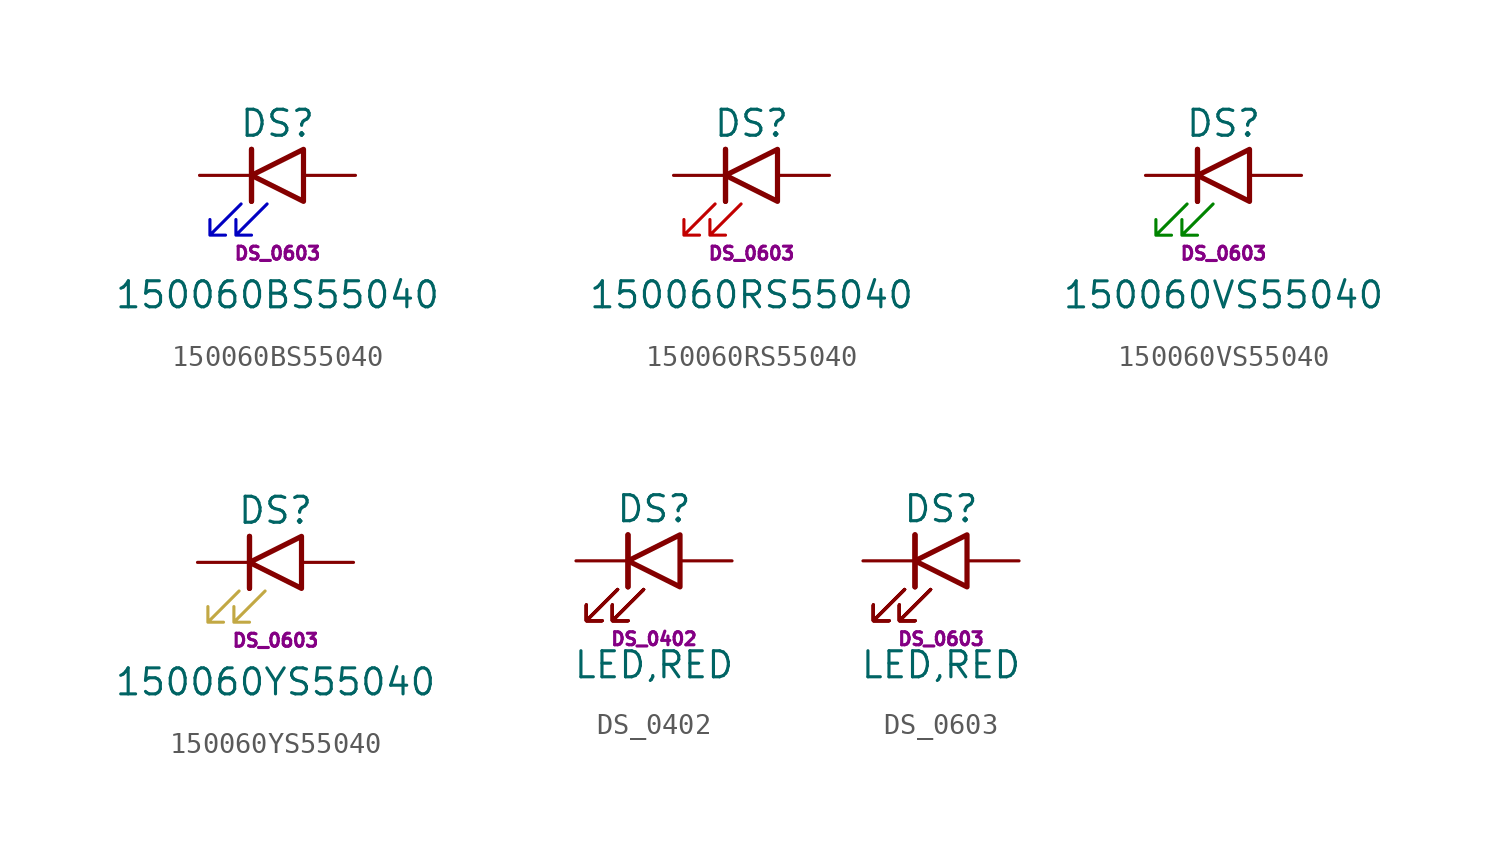
<source format=kicad_sym>
(kicad_symbol_lib
  (version 20231120)
  (generator "kicad_symbol_editor")
  (generator_version "8.0")
  (symbol "150060BS55040"
    (pin_numbers hide)
    (pin_names
      (offset 1.016) hide)
    (property "Reference" "DS"
      (at 0 2.54 0)
      (effects (font (size 1.27 1.27))))
    (property "Value" "150060BS55040"
      (at 0 -5.842 0)
      (effects (font (size 1.27 1.27))))
    (property "Size" "DS_0603"
      (at 0 -3.81 0)
      (effects (font (size 0.635 0.635))))
    (symbol "150060BS55040_1_1"
      (polyline (pts (xy -1.27 -1.27) (xy -1.27 1.27)) (stroke (width 0.254) (type default)) (fill (type none)))
      (polyline (pts (xy -1.27 -1.27) (xy -1.27 1.27)) (stroke (width 0.254) (type default)) (fill (type none)))
      (polyline (pts (xy 1.27 -1.27) (xy 1.27 1.27) (xy -1.27 0) (xy 1.27 -1.27)) (stroke (width 0.254) (type default)) (fill (type none)))
      (polyline (pts (xy -1.778 -1.397) (xy -3.302 -2.921) (xy -2.54 -2.921) (xy -3.302 -2.921) (xy -3.302 -2.159)) (stroke (width 0) (type default) (color 0 0 194 1)) (fill (type none)))
      (polyline (pts (xy -0.508 -1.397) (xy -2.032 -2.921) (xy -1.27 -2.921) (xy -2.032 -2.921) (xy -2.032 -2.159)) (stroke (width 0) (type default) (color 0 0 194 1)) (fill (type none)))
      (pin passive line (at -3.81 0 0) (length 2.54) (name "K" (effects (font (size 1.27 1.27)))) (number "1" (effects (font (size 1.27 1.27)))))
      (pin passive line (at 3.81 0 180) (length 2.54) (name "A" (effects (font (size 1.27 1.27)))) (number "2" (effects (font (size 1.27 1.27)))))))
  (symbol "150060RS55040"
    (pin_numbers hide)
    (pin_names
      (offset 1.016) hide)
    (property "Reference" "DS"
      (at 0 2.54 0)
      (effects (font (size 1.27 1.27))))
    (property "Value" "150060RS55040"
      (at 0 -5.842 0)
      (effects (font (size 1.27 1.27))))
    (property "Size" "DS_0603"
      (at 0 -3.81 0)
      (effects (font (size 0.635 0.635))))
    (symbol "150060RS55040_1_1"
      (polyline (pts (xy -1.27 -1.27) (xy -1.27 1.27)) (stroke (width 0.254) (type default)) (fill (type none)))
      (polyline (pts (xy -1.27 -1.27) (xy -1.27 1.27)) (stroke (width 0.254) (type default)) (fill (type none)))
      (polyline (pts (xy 1.27 -1.27) (xy 1.27 1.27) (xy -1.27 0) (xy 1.27 -1.27)) (stroke (width 0.254) (type default)) (fill (type none)))
      (polyline (pts (xy -1.778 -1.397) (xy -3.302 -2.921) (xy -2.54 -2.921) (xy -3.302 -2.921) (xy -3.302 -2.159)) (stroke (width 0) (type default) (color 194 0 0 1)) (fill (type none)))
      (polyline (pts (xy -0.508 -1.397) (xy -2.032 -2.921) (xy -1.27 -2.921) (xy -2.032 -2.921) (xy -2.032 -2.159)) (stroke (width 0) (type default) (color 194 0 0 1)) (fill (type none)))
      (pin passive line (at -3.81 0 0) (length 2.54) (name "K" (effects (font (size 1.27 1.27)))) (number "1" (effects (font (size 1.27 1.27)))))
      (pin passive line (at 3.81 0 180) (length 2.54) (name "A" (effects (font (size 1.27 1.27)))) (number "2" (effects (font (size 1.27 1.27)))))))
  (symbol "150060VS55040"
    (pin_numbers hide)
    (pin_names
      (offset 1.016) hide)
    (property "Reference" "DS"
      (at 0 2.54 0)
      (effects (font (size 1.27 1.27))))
    (property "Value" "150060VS55040"
      (at 0 -5.842 0)
      (effects (font (size 1.27 1.27))))
    (property "Size" "DS_0603"
      (at 0 -3.81 0)
      (effects (font (size 0.635 0.635))))
    (symbol "150060VS55040_1_1"
      (polyline (pts (xy -1.27 -1.27) (xy -1.27 1.27)) (stroke (width 0.254) (type default)) (fill (type none)))
      (polyline (pts (xy -1.27 -1.27) (xy -1.27 1.27)) (stroke (width 0.254) (type default)) (fill (type none)))
      (polyline (pts (xy 1.27 -1.27) (xy 1.27 1.27) (xy -1.27 0) (xy 1.27 -1.27)) (stroke (width 0.254) (type default)) (fill (type none)))
      (polyline (pts (xy -1.778 -1.397) (xy -3.302 -2.921) (xy -2.54 -2.921) (xy -3.302 -2.921) (xy -3.302 -2.159)) (stroke (width 0) (type default) (color 0 132 0 1)) (fill (type none)))
      (polyline (pts (xy -0.508 -1.397) (xy -2.032 -2.921) (xy -1.27 -2.921) (xy -2.032 -2.921) (xy -2.032 -2.159)) (stroke (width 0) (type default) (color 0 132 0 1)) (fill (type none)))
      (pin passive line (at -3.81 0 0) (length 2.54) (name "K" (effects (font (size 1.27 1.27)))) (number "1" (effects (font (size 1.27 1.27)))))
      (pin passive line (at 3.81 0 180) (length 2.54) (name "A" (effects (font (size 1.27 1.27)))) (number "2" (effects (font (size 1.27 1.27)))))))
  (symbol "150060YS55040"
    (pin_numbers hide)
    (pin_names
      (offset 1.016) hide)
    (property "Reference" "DS"
      (at 0 2.54 0)
      (effects (font (size 1.27 1.27))))
    (property "Value" "150060YS55040"
      (at 0 -5.842 0)
      (effects (font (size 1.27 1.27))))
    (property "Size" "DS_0603"
      (at 0 -3.81 0)
      (effects (font (size 0.635 0.635))))
    (symbol "150060YS55040_1_1"
      (polyline (pts (xy -1.27 -1.27) (xy -1.27 1.27)) (stroke (width 0.254) (type default)) (fill (type none)))
      (polyline (pts (xy -1.27 -1.27) (xy -1.27 1.27)) (stroke (width 0.254) (type default)) (fill (type none)))
      (polyline (pts (xy 1.27 -1.27) (xy 1.27 1.27) (xy -1.27 0) (xy 1.27 -1.27)) (stroke (width 0.254) (type default)) (fill (type none)))
      (polyline (pts (xy -1.778 -1.397) (xy -3.302 -2.921) (xy -2.54 -2.921) (xy -3.302 -2.921) (xy -3.302 -2.159)) (stroke (width 0) (type default) (color 194 168 68 1)) (fill (type none)))
      (polyline (pts (xy -0.508 -1.397) (xy -2.032 -2.921) (xy -1.27 -2.921) (xy -2.032 -2.921) (xy -2.032 -2.159)) (stroke (width 0) (type default) (color 194 168 68 1)) (fill (type none)))
      (pin passive line (at -3.81 0 0) (length 2.54) (name "K" (effects (font (size 1.27 1.27)))) (number "1" (effects (font (size 1.27 1.27)))))
      (pin passive line (at 3.81 0 180) (length 2.54) (name "A" (effects (font (size 1.27 1.27)))) (number "2" (effects (font (size 1.27 1.27)))))))
  (symbol "DS_0402"
    (pin_numbers hide)
    (pin_names
      (offset 1.016) hide)
    (property "Reference" "DS"
      (at 0 2.54 0)
      (effects (font (size 1.27 1.27))))
    (property "Value" "LED,RED"
      (at 0 -5.08 0)
      (effects (font (size 1.27 1.27))))
    (property "Size" "DS_0402"
      (at 0 -3.81 0)
      (effects (font (size 0.635 0.635))))
    (symbol "DS_0402_1_1"
      (polyline (pts (xy -1.27 -1.27) (xy -1.27 1.27)) (stroke (width 0.254) (type default)) (fill (type none)))
      (polyline (pts (xy -1.27 -1.27) (xy -1.27 1.27)) (stroke (width 0.254) (type default)) (fill (type none)))
      (polyline (pts (xy 1.27 -1.27) (xy 1.27 1.27) (xy -1.27 0) (xy 1.27 -1.27)) (stroke (width 0.254) (type default)) (fill (type none)))
      (polyline (pts (xy -1.778 -1.397) (xy -3.302 -2.921) (xy -2.54 -2.921) (xy -3.302 -2.921) (xy -3.302 -2.159)) (stroke (width 0) (type default)) (fill (type none)))
      (polyline (pts (xy -1.778 -1.397) (xy -3.302 -2.921) (xy -2.54 -2.921) (xy -3.302 -2.921) (xy -3.302 -2.159)) (stroke (width 0) (type default)) (fill (type none)))
      (polyline (pts (xy -1.778 -1.397) (xy -3.302 -2.921) (xy -2.54 -2.921) (xy -3.302 -2.921) (xy -3.302 -2.159)) (stroke (width 0) (type default)) (fill (type none)))
      (polyline (pts (xy -1.778 -1.397) (xy -3.302 -2.921) (xy -2.54 -2.921) (xy -3.302 -2.921) (xy -3.302 -2.159)) (stroke (width 0) (type default)) (fill (type none)))
      (polyline (pts (xy -1.778 -1.397) (xy -3.302 -2.921) (xy -2.54 -2.921) (xy -3.302 -2.921) (xy -3.302 -2.159)) (stroke (width 0) (type default)) (fill (type none)))
      (polyline (pts (xy -1.778 -1.397) (xy -3.302 -2.921) (xy -2.54 -2.921) (xy -3.302 -2.921) (xy -3.302 -2.159)) (stroke (width 0) (type default)) (fill (type none)))
      (polyline (pts (xy -1.778 -1.397) (xy -3.302 -2.921) (xy -2.54 -2.921) (xy -3.302 -2.921) (xy -3.302 -2.159)) (stroke (width 0) (type default)) (fill (type none)))
      (polyline (pts (xy -1.778 -1.397) (xy -3.302 -2.921) (xy -2.54 -2.921) (xy -3.302 -2.921) (xy -3.302 -2.159)) (stroke (width 0) (type default)) (fill (type none)))
      (polyline (pts (xy -0.508 -1.397) (xy -2.032 -2.921) (xy -1.27 -2.921) (xy -2.032 -2.921) (xy -2.032 -2.159)) (stroke (width 0) (type default)) (fill (type none)))
      (polyline (pts (xy -0.508 -1.397) (xy -2.032 -2.921) (xy -1.27 -2.921) (xy -2.032 -2.921) (xy -2.032 -2.159)) (stroke (width 0) (type default)) (fill (type none)))
      (polyline (pts (xy -0.508 -1.397) (xy -2.032 -2.921) (xy -1.27 -2.921) (xy -2.032 -2.921) (xy -2.032 -2.159)) (stroke (width 0) (type default)) (fill (type none)))
      (polyline (pts (xy -0.508 -1.397) (xy -2.032 -2.921) (xy -1.27 -2.921) (xy -2.032 -2.921) (xy -2.032 -2.159)) (stroke (width 0) (type default)) (fill (type none)))
      (polyline (pts (xy -0.508 -1.397) (xy -2.032 -2.921) (xy -1.27 -2.921) (xy -2.032 -2.921) (xy -2.032 -2.159)) (stroke (width 0) (type default)) (fill (type none)))
      (polyline (pts (xy -0.508 -1.397) (xy -2.032 -2.921) (xy -1.27 -2.921) (xy -2.032 -2.921) (xy -2.032 -2.159)) (stroke (width 0) (type default)) (fill (type none)))
      (polyline (pts (xy -0.508 -1.397) (xy -2.032 -2.921) (xy -1.27 -2.921) (xy -2.032 -2.921) (xy -2.032 -2.159)) (stroke (width 0) (type default)) (fill (type none)))
      (polyline (pts (xy -0.508 -1.397) (xy -2.032 -2.921) (xy -1.27 -2.921) (xy -2.032 -2.921) (xy -2.032 -2.159)) (stroke (width 0) (type default)) (fill (type none)))
      (pin passive line (at -3.81 0 0) (length 2.54) (name "K" (effects (font (size 1.27 1.27)))) (number "1" (effects (font (size 1.27 1.27)))))
      (pin passive line (at 3.81 0 180) (length 2.54) (name "A" (effects (font (size 1.27 1.27)))) (number "2" (effects (font (size 1.27 1.27)))))))
  (symbol "DS_0603"
    (pin_numbers hide)
    (pin_names
      (offset 1.016) hide)
    (property "Reference" "DS"
      (at 0 2.54 0)
      (effects (font (size 1.27 1.27))))
    (property "Value" "LED,RED"
      (at 0 -5.08 0)
      (effects (font (size 1.27 1.27))))
    (property "Size" "DS_0603"
      (at 0 -3.81 0)
      (effects (font (size 0.635 0.635))))
    (symbol "DS_0603_1_1"
      (polyline (pts (xy -1.27 -1.27) (xy -1.27 1.27)) (stroke (width 0.254) (type default)) (fill (type none)))
      (polyline (pts (xy -1.27 -1.27) (xy -1.27 1.27)) (stroke (width 0.254) (type default)) (fill (type none)))
      (polyline (pts (xy 1.27 -1.27) (xy 1.27 1.27) (xy -1.27 0) (xy 1.27 -1.27)) (stroke (width 0.254) (type default)) (fill (type none)))
      (polyline (pts (xy -1.778 -1.397) (xy -3.302 -2.921) (xy -2.54 -2.921) (xy -3.302 -2.921) (xy -3.302 -2.159)) (stroke (width 0) (type default)) (fill (type none)))
      (polyline (pts (xy -1.778 -1.397) (xy -3.302 -2.921) (xy -2.54 -2.921) (xy -3.302 -2.921) (xy -3.302 -2.159)) (stroke (width 0) (type default)) (fill (type none)))
      (polyline (pts (xy -1.778 -1.397) (xy -3.302 -2.921) (xy -2.54 -2.921) (xy -3.302 -2.921) (xy -3.302 -2.159)) (stroke (width 0) (type default)) (fill (type none)))
      (polyline (pts (xy -1.778 -1.397) (xy -3.302 -2.921) (xy -2.54 -2.921) (xy -3.302 -2.921) (xy -3.302 -2.159)) (stroke (width 0) (type default)) (fill (type none)))
      (polyline (pts (xy -1.778 -1.397) (xy -3.302 -2.921) (xy -2.54 -2.921) (xy -3.302 -2.921) (xy -3.302 -2.159)) (stroke (width 0) (type default)) (fill (type none)))
      (polyline (pts (xy -1.778 -1.397) (xy -3.302 -2.921) (xy -2.54 -2.921) (xy -3.302 -2.921) (xy -3.302 -2.159)) (stroke (width 0) (type default)) (fill (type none)))
      (polyline (pts (xy -1.778 -1.397) (xy -3.302 -2.921) (xy -2.54 -2.921) (xy -3.302 -2.921) (xy -3.302 -2.159)) (stroke (width 0) (type default)) (fill (type none)))
      (polyline (pts (xy -1.778 -1.397) (xy -3.302 -2.921) (xy -2.54 -2.921) (xy -3.302 -2.921) (xy -3.302 -2.159)) (stroke (width 0) (type default)) (fill (type none)))
      (polyline (pts (xy -0.508 -1.397) (xy -2.032 -2.921) (xy -1.27 -2.921) (xy -2.032 -2.921) (xy -2.032 -2.159)) (stroke (width 0) (type default)) (fill (type none)))
      (polyline (pts (xy -0.508 -1.397) (xy -2.032 -2.921) (xy -1.27 -2.921) (xy -2.032 -2.921) (xy -2.032 -2.159)) (stroke (width 0) (type default)) (fill (type none)))
      (polyline (pts (xy -0.508 -1.397) (xy -2.032 -2.921) (xy -1.27 -2.921) (xy -2.032 -2.921) (xy -2.032 -2.159)) (stroke (width 0) (type default)) (fill (type none)))
      (polyline (pts (xy -0.508 -1.397) (xy -2.032 -2.921) (xy -1.27 -2.921) (xy -2.032 -2.921) (xy -2.032 -2.159)) (stroke (width 0) (type default)) (fill (type none)))
      (polyline (pts (xy -0.508 -1.397) (xy -2.032 -2.921) (xy -1.27 -2.921) (xy -2.032 -2.921) (xy -2.032 -2.159)) (stroke (width 0) (type default)) (fill (type none)))
      (polyline (pts (xy -0.508 -1.397) (xy -2.032 -2.921) (xy -1.27 -2.921) (xy -2.032 -2.921) (xy -2.032 -2.159)) (stroke (width 0) (type default)) (fill (type none)))
      (polyline (pts (xy -0.508 -1.397) (xy -2.032 -2.921) (xy -1.27 -2.921) (xy -2.032 -2.921) (xy -2.032 -2.159)) (stroke (width 0) (type default)) (fill (type none)))
      (polyline (pts (xy -0.508 -1.397) (xy -2.032 -2.921) (xy -1.27 -2.921) (xy -2.032 -2.921) (xy -2.032 -2.159)) (stroke (width 0) (type default)) (fill (type none)))
      (pin passive line (at -3.81 0 0) (length 2.54) (name "K" (effects (font (size 1.27 1.27)))) (number "1" (effects (font (size 1.27 1.27)))))
      (pin passive line (at 3.81 0 180) (length 2.54) (name "A" (effects (font (size 1.27 1.27)))) (number "2" (effects (font (size 1.27 1.27))))))))
</source>
